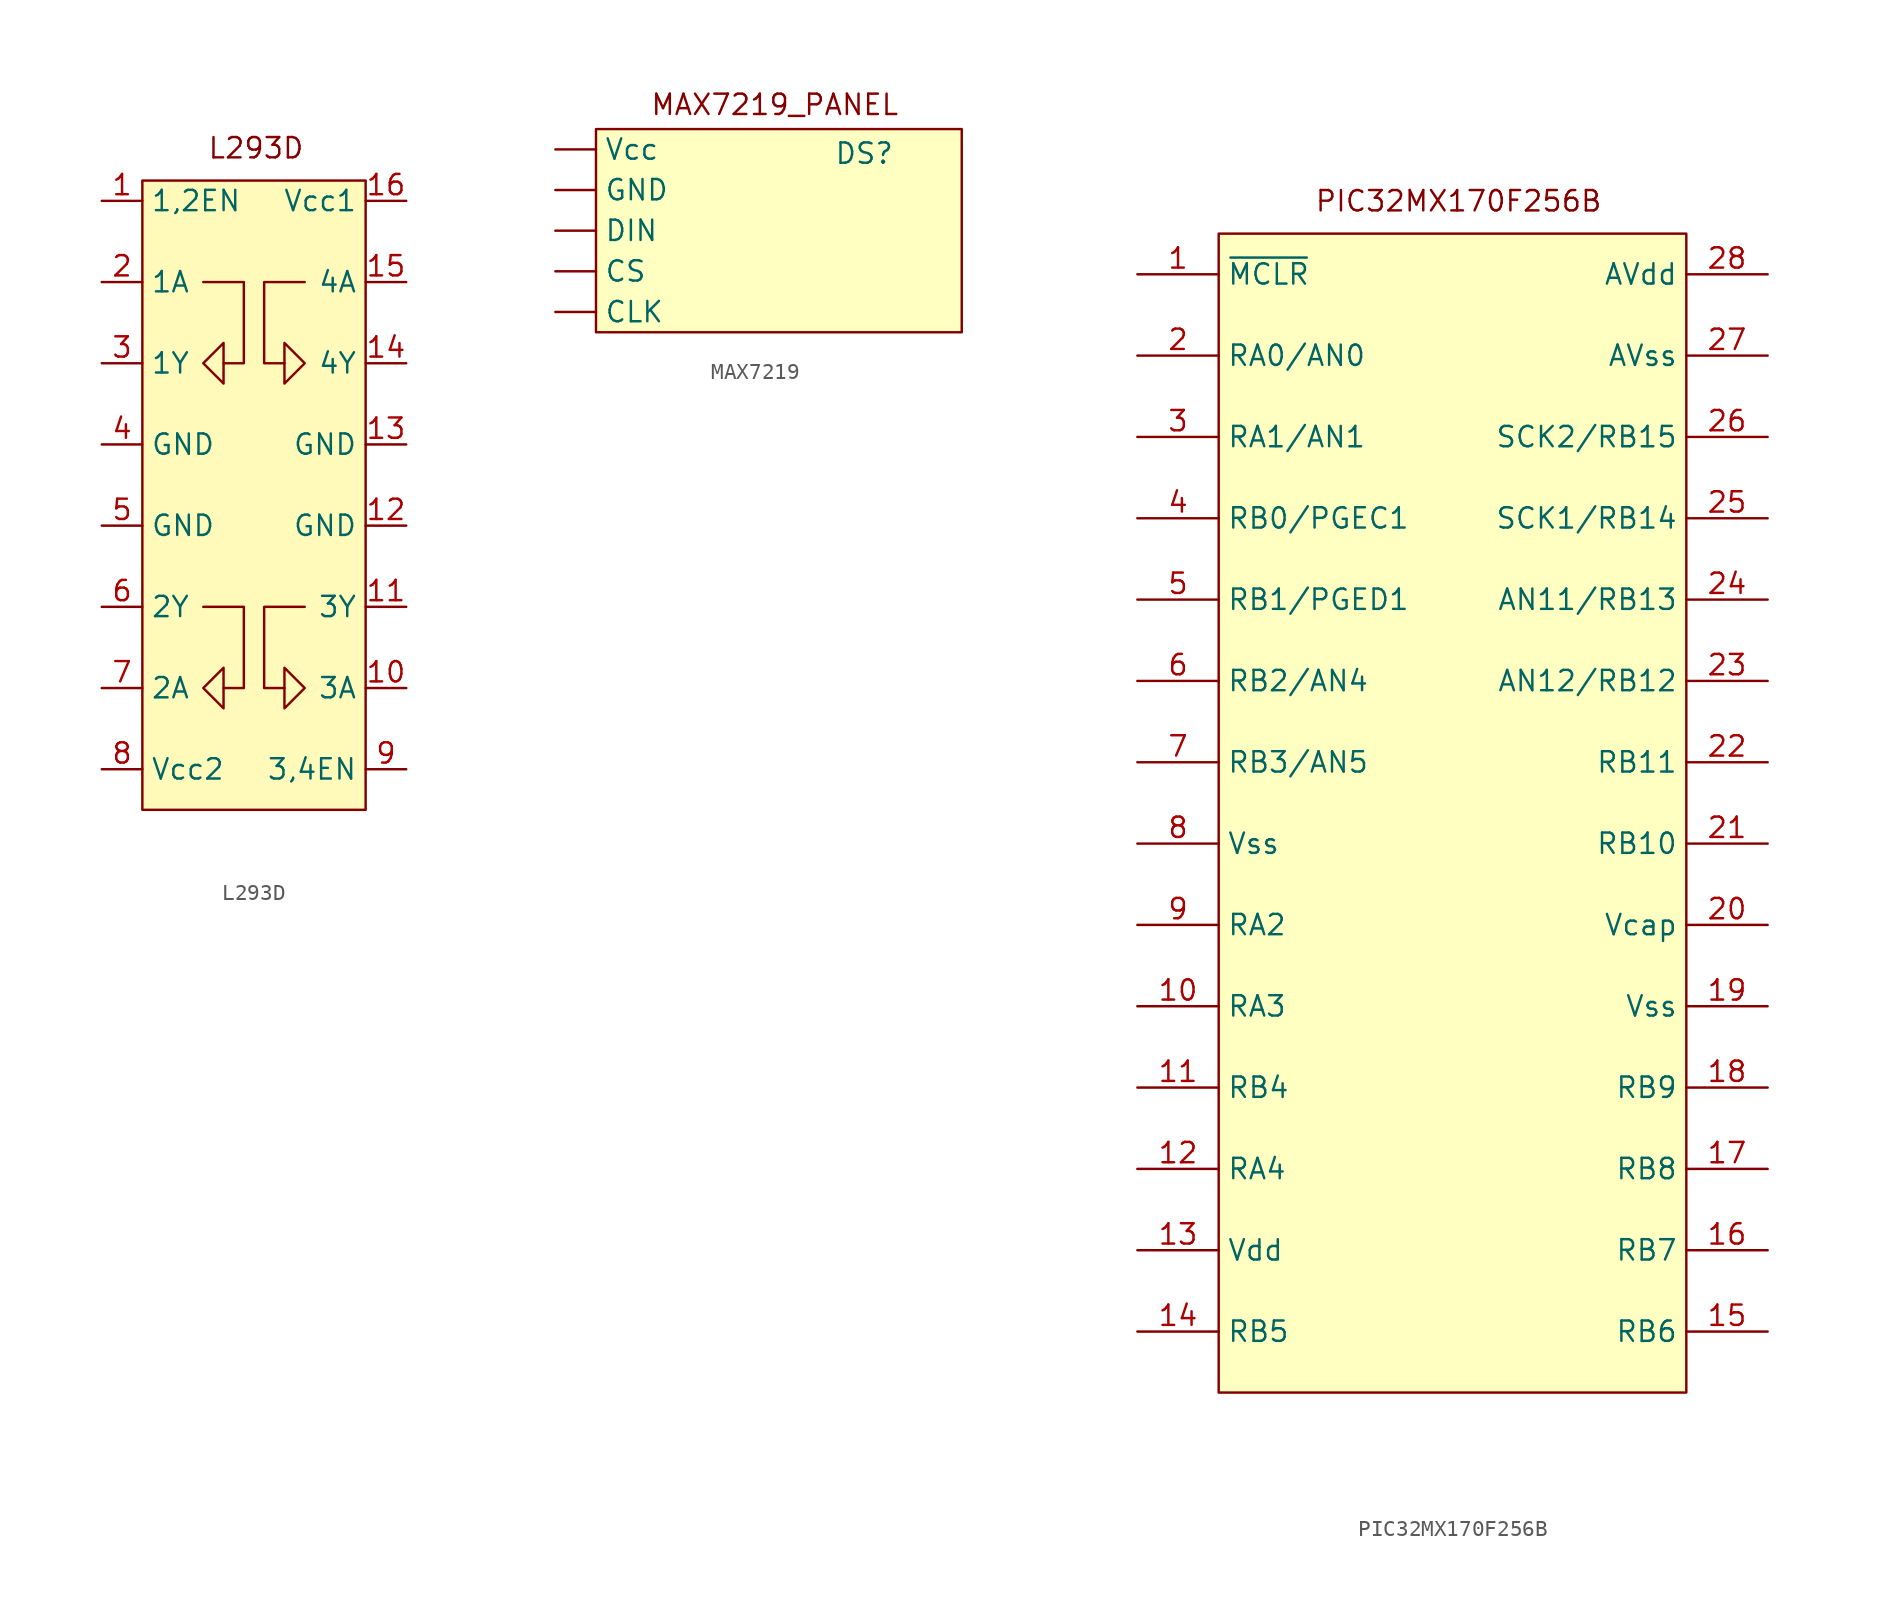
<source format=kicad_sym>
(kicad_symbol_lib
  (version 20241209)
  (generator "kicad_symbol_editor")
  (generator_version "9.0")
  (symbol "L293D"
    (property "Reference" "L293D"
      (at 0.762 0.254 0)
      (do_not_autoplace)
      (effects (font (size 1.27 1.27)) (hide yes)))
    (property "Value" ""
      (at 0 0 0)
      (effects (font (size 1.27 1.27))))
    (symbol "L293D_0_1"
      (polyline (pts (xy -2.54 12.7) (xy 0 12.7) (xy 0 7.62) (xy -1.27 7.62)) (stroke (width 0) (type default)) (fill (type none)))
      (polyline (pts (xy -2.54 -7.62) (xy 0 -7.62) (xy 0 -12.7) (xy -1.27 -12.7)) (stroke (width 0) (type default)) (fill (type none)))
      (polyline (pts (xy -1.27 7.62) (xy -1.27 6.35) (xy -2.54 7.62) (xy -1.27 8.89) (xy -1.27 7.62)) (stroke (width 0) (type default)) (fill (type none)))
      (polyline (pts (xy -1.27 -12.7) (xy -1.27 -13.97) (xy -2.54 -12.7) (xy -1.27 -11.43) (xy -1.27 -12.7)) (stroke (width 0) (type default)) (fill (type none)))
      (polyline (pts (xy 2.54 7.62) (xy 2.54 6.35) (xy 3.81 7.62) (xy 2.54 8.89) (xy 2.54 7.62)) (stroke (width 0) (type default)) (fill (type none)))
      (polyline (pts (xy 2.54 -12.7) (xy 2.54 -13.97) (xy 3.81 -12.7) (xy 2.54 -11.43) (xy 2.54 -12.7)) (stroke (width 0) (type default)) (fill (type none)))
      (polyline (pts (xy 3.81 12.7) (xy 1.27 12.7) (xy 1.27 7.62) (xy 2.54 7.62)) (stroke (width 0) (type default)) (fill (type none)))
      (polyline (pts (xy 3.81 -7.62) (xy 1.27 -7.62) (xy 1.27 -12.7) (xy 2.54 -12.7)) (stroke (width 0) (type default)) (fill (type none))))
    (symbol "L293D_1_1"
      (rectangle (start -6.35 19.05) (end 7.62 -20.32) (stroke (width 0) (type solid)) (fill (type color) (color 255 249 186 1)))
      (text "L293D" (at 0.762 21.082 0) (effects (font (size 1.27 1.27))))
      (pin input line (at -8.89 17.78 0) (length 2.54) (name "1,2EN" (effects (font (size 1.27 1.27)))) (number "1" (effects (font (size 1.27 1.27)))))
      (pin input line (at -8.89 12.7 0) (length 2.54) (name "1A" (effects (font (size 1.27 1.27)))) (number "2" (effects (font (size 1.27 1.27)))))
      (pin input line (at -8.89 7.62 0) (length 2.54) (name "1Y" (effects (font (size 1.27 1.27)))) (number "3" (effects (font (size 1.27 1.27)))))
      (pin power_in line (at -8.89 2.54 0) (length 2.54) (name "GND" (effects (font (size 1.27 1.27)))) (number "4" (effects (font (size 1.27 1.27)))))
      (pin power_in line (at -8.89 -2.54 0) (length 2.54) (name "GND" (effects (font (size 1.27 1.27)))) (number "5" (effects (font (size 1.27 1.27)))))
      (pin input line (at -8.89 -7.62 0) (length 2.54) (name "2Y" (effects (font (size 1.27 1.27)))) (number "6" (effects (font (size 1.27 1.27)))))
      (pin input line (at -8.89 -12.7 0) (length 2.54) (name "2A" (effects (font (size 1.27 1.27)))) (number "7" (effects (font (size 1.27 1.27)))))
      (pin power_in line (at -8.89 -17.78 0) (length 2.54) (name "Vcc2" (effects (font (size 1.27 1.27)))) (number "8" (effects (font (size 1.27 1.27)))))
      (pin power_in line (at 10.16 17.78 180) (length 2.54) (name "Vcc1" (effects (font (size 1.27 1.27)))) (number "16" (effects (font (size 1.27 1.27)))))
      (pin input line (at 10.16 12.7 180) (length 2.54) (name "4A" (effects (font (size 1.27 1.27)))) (number "15" (effects (font (size 1.27 1.27)))))
      (pin input line (at 10.16 7.62 180) (length 2.54) (name "4Y" (effects (font (size 1.27 1.27)))) (number "14" (effects (font (size 1.27 1.27)))))
      (pin power_in line (at 10.16 2.54 180) (length 2.54) (name "GND" (effects (font (size 1.27 1.27)))) (number "13" (effects (font (size 1.27 1.27)))))
      (pin power_in line (at 10.16 -2.54 180) (length 2.54) (name "GND" (effects (font (size 1.27 1.27)))) (number "12" (effects (font (size 1.27 1.27)))))
      (pin input line (at 10.16 -7.62 180) (length 2.54) (name "3Y" (effects (font (size 1.27 1.27)))) (number "11" (effects (font (size 1.27 1.27)))))
      (pin input line (at 10.16 -12.7 180) (length 2.54) (name "3A" (effects (font (size 1.27 1.27)))) (number "10" (effects (font (size 1.27 1.27)))))
      (pin input line (at 10.16 -17.78 180) (length 2.54) (name "3,4EN" (effects (font (size 1.27 1.27)))) (number "9" (effects (font (size 1.27 1.27)))))))
  (symbol "MAX7219"
    (property "Reference" "DS"
      (at 9.144 3.556 0)
      (effects (font (size 1.27 1.27))))
    (property "Value" ""
      (at 0 0 0)
      (effects (font (size 1.27 1.27))))
    (symbol "MAX7219_1_1"
      (rectangle (start -7.62 5.08) (end 15.24 -7.62) (stroke (width 0) (type solid)) (fill (type background)))
      (text "MAX7219_PANEL" (at 3.556 6.604 0) (effects (font (size 1.27 1.27))))
      (pin power_in line (at -10.16 3.81 0) (length 2.54) (name "Vcc" (effects (font (size 1.27 1.27)))) (number "" (effects (font (size 1.27 1.27)))))
      (pin power_in line (at -10.16 1.27 0) (length 2.54) (name "GND" (effects (font (size 1.27 1.27)))) (number "" (effects (font (size 1.27 1.27)))))
      (pin input line (at -10.16 -1.27 0) (length 2.54) (name "DIN" (effects (font (size 1.27 1.27)))) (number "" (effects (font (size 1.27 1.27)))))
      (pin input line (at -10.16 -3.81 0) (length 2.54) (name "CS" (effects (font (size 1.27 1.27)))) (number "" (effects (font (size 1.27 1.27)))))
      (pin input line (at -10.16 -6.35 0) (length 2.54) (name "CLK" (effects (font (size 1.27 1.27)))) (number "" (effects (font (size 1.27 1.27)))))))
  (symbol "PIC32MX170F256B"
    (property "Reference" "U"
      (at 0.254 30.734 0)
      (effects (font (size 1.27 1.27)) (hide yes)))
    (property "Value" ""
      (at 0 0 0)
      (effects (font (size 1.27 1.27))))
    (symbol "PIC32MX170F256B_0_1"
      (rectangle (start -13.97 35.56) (end 15.24 -36.83) (stroke (width 0) (type solid)) (fill (type background))))
    (symbol "PIC32MX170F256B_1_1"
      (text "PIC32MX170F256B" (at 1.016 37.592 0) (effects (font (size 1.27 1.27))))
      (pin input line (at -19.05 33.02 0) (length 5.08) (name "~{MCLR}" (effects (font (size 1.27 1.27)))) (number "1" (effects (font (size 1.27 1.27)))))
      (pin bidirectional line (at -19.05 27.94 0) (length 5.08) (name "RA0/AN0" (effects (font (size 1.27 1.27)))) (number "2" (effects (font (size 1.27 1.27)))))
      (pin bidirectional line (at -19.05 22.86 0) (length 5.08) (name "RA1/AN1" (effects (font (size 1.27 1.27)))) (number "3" (effects (font (size 1.27 1.27)))))
      (pin bidirectional line (at -19.05 17.78 0) (length 5.08) (name "RB0/PGEC1" (effects (font (size 1.27 1.27)))) (number "4" (effects (font (size 1.27 1.27)))))
      (pin bidirectional line (at -19.05 12.7 0) (length 5.08) (name "RB1/PGED1" (effects (font (size 1.27 1.27)))) (number "5" (effects (font (size 1.27 1.27)))))
      (pin bidirectional line (at -19.05 7.62 0) (length 5.08) (name "RB2/AN4" (effects (font (size 1.27 1.27)))) (number "6" (effects (font (size 1.27 1.27)))))
      (pin bidirectional line (at -19.05 2.54 0) (length 5.08) (name "RB3/AN5" (effects (font (size 1.27 1.27)))) (number "7" (effects (font (size 1.27 1.27)))))
      (pin power_in line (at -19.05 -2.54 0) (length 5.08) (name "Vss" (effects (font (size 1.27 1.27)))) (number "8" (effects (font (size 1.27 1.27)))))
      (pin bidirectional line (at -19.05 -7.62 0) (length 5.08) (name "RA2" (effects (font (size 1.27 1.27)))) (number "9" (effects (font (size 1.27 1.27)))))
      (pin bidirectional line (at -19.05 -12.7 0) (length 5.08) (name "RA3" (effects (font (size 1.27 1.27)))) (number "10" (effects (font (size 1.27 1.27)))))
      (pin bidirectional line (at -19.05 -17.78 0) (length 5.08) (name "RB4" (effects (font (size 1.27 1.27)))) (number "11" (effects (font (size 1.27 1.27)))))
      (pin bidirectional line (at -19.05 -22.86 0) (length 5.08) (name "RA4" (effects (font (size 1.27 1.27)))) (number "12" (effects (font (size 1.27 1.27)))))
      (pin power_in line (at -19.05 -27.94 0) (length 5.08) (name "Vdd" (effects (font (size 1.27 1.27)))) (number "13" (effects (font (size 1.27 1.27)))))
      (pin bidirectional line (at -19.05 -33.02 0) (length 5.08) (name "RB5" (effects (font (size 1.27 1.27)))) (number "14" (effects (font (size 1.27 1.27)))))
      (pin power_in line (at 20.32 33.02 180) (length 5.08) (name "AVdd" (effects (font (size 1.27 1.27)))) (number "28" (effects (font (size 1.27 1.27)))))
      (pin power_in line (at 20.32 27.94 180) (length 5.08) (name "AVss" (effects (font (size 1.27 1.27)))) (number "27" (effects (font (size 1.27 1.27)))))
      (pin bidirectional line (at 20.32 22.86 180) (length 5.08) (name "SCK2/RB15" (effects (font (size 1.27 1.27)))) (number "26" (effects (font (size 1.27 1.27)))))
      (pin bidirectional line (at 20.32 17.78 180) (length 5.08) (name "SCK1/RB14" (effects (font (size 1.27 1.27)))) (number "25" (effects (font (size 1.27 1.27)))))
      (pin bidirectional line (at 20.32 12.7 180) (length 5.08) (name "AN11/RB13" (effects (font (size 1.27 1.27)))) (number "24" (effects (font (size 1.27 1.27)))))
      (pin bidirectional line (at 20.32 7.62 180) (length 5.08) (name "AN12/RB12" (effects (font (size 1.27 1.27)))) (number "23" (effects (font (size 1.27 1.27)))))
      (pin bidirectional line (at 20.32 2.54 180) (length 5.08) (name "RB11" (effects (font (size 1.27 1.27)))) (number "22" (effects (font (size 1.27 1.27)))))
      (pin bidirectional line (at 20.32 -2.54 180) (length 5.08) (name "RB10" (effects (font (size 1.27 1.27)))) (number "21" (effects (font (size 1.27 1.27)))))
      (pin power_in line (at 20.32 -7.62 180) (length 5.08) (name "Vcap" (effects (font (size 1.27 1.27)))) (number "20" (effects (font (size 1.27 1.27)))))
      (pin power_in line (at 20.32 -12.7 180) (length 5.08) (name "Vss" (effects (font (size 1.27 1.27)))) (number "19" (effects (font (size 1.27 1.27)))))
      (pin bidirectional line (at 20.32 -17.78 180) (length 5.08) (name "RB9" (effects (font (size 1.27 1.27)))) (number "18" (effects (font (size 1.27 1.27)))))
      (pin bidirectional line (at 20.32 -22.86 180) (length 5.08) (name "RB8" (effects (font (size 1.27 1.27)))) (number "17" (effects (font (size 1.27 1.27)))))
      (pin bidirectional line (at 20.32 -27.94 180) (length 5.08) (name "RB7" (effects (font (size 1.27 1.27)))) (number "16" (effects (font (size 1.27 1.27)))))
      (pin bidirectional line (at 20.32 -33.02 180) (length 5.08) (name "RB6" (effects (font (size 1.27 1.27)))) (number "15" (effects (font (size 1.27 1.27))))))))
</source>
